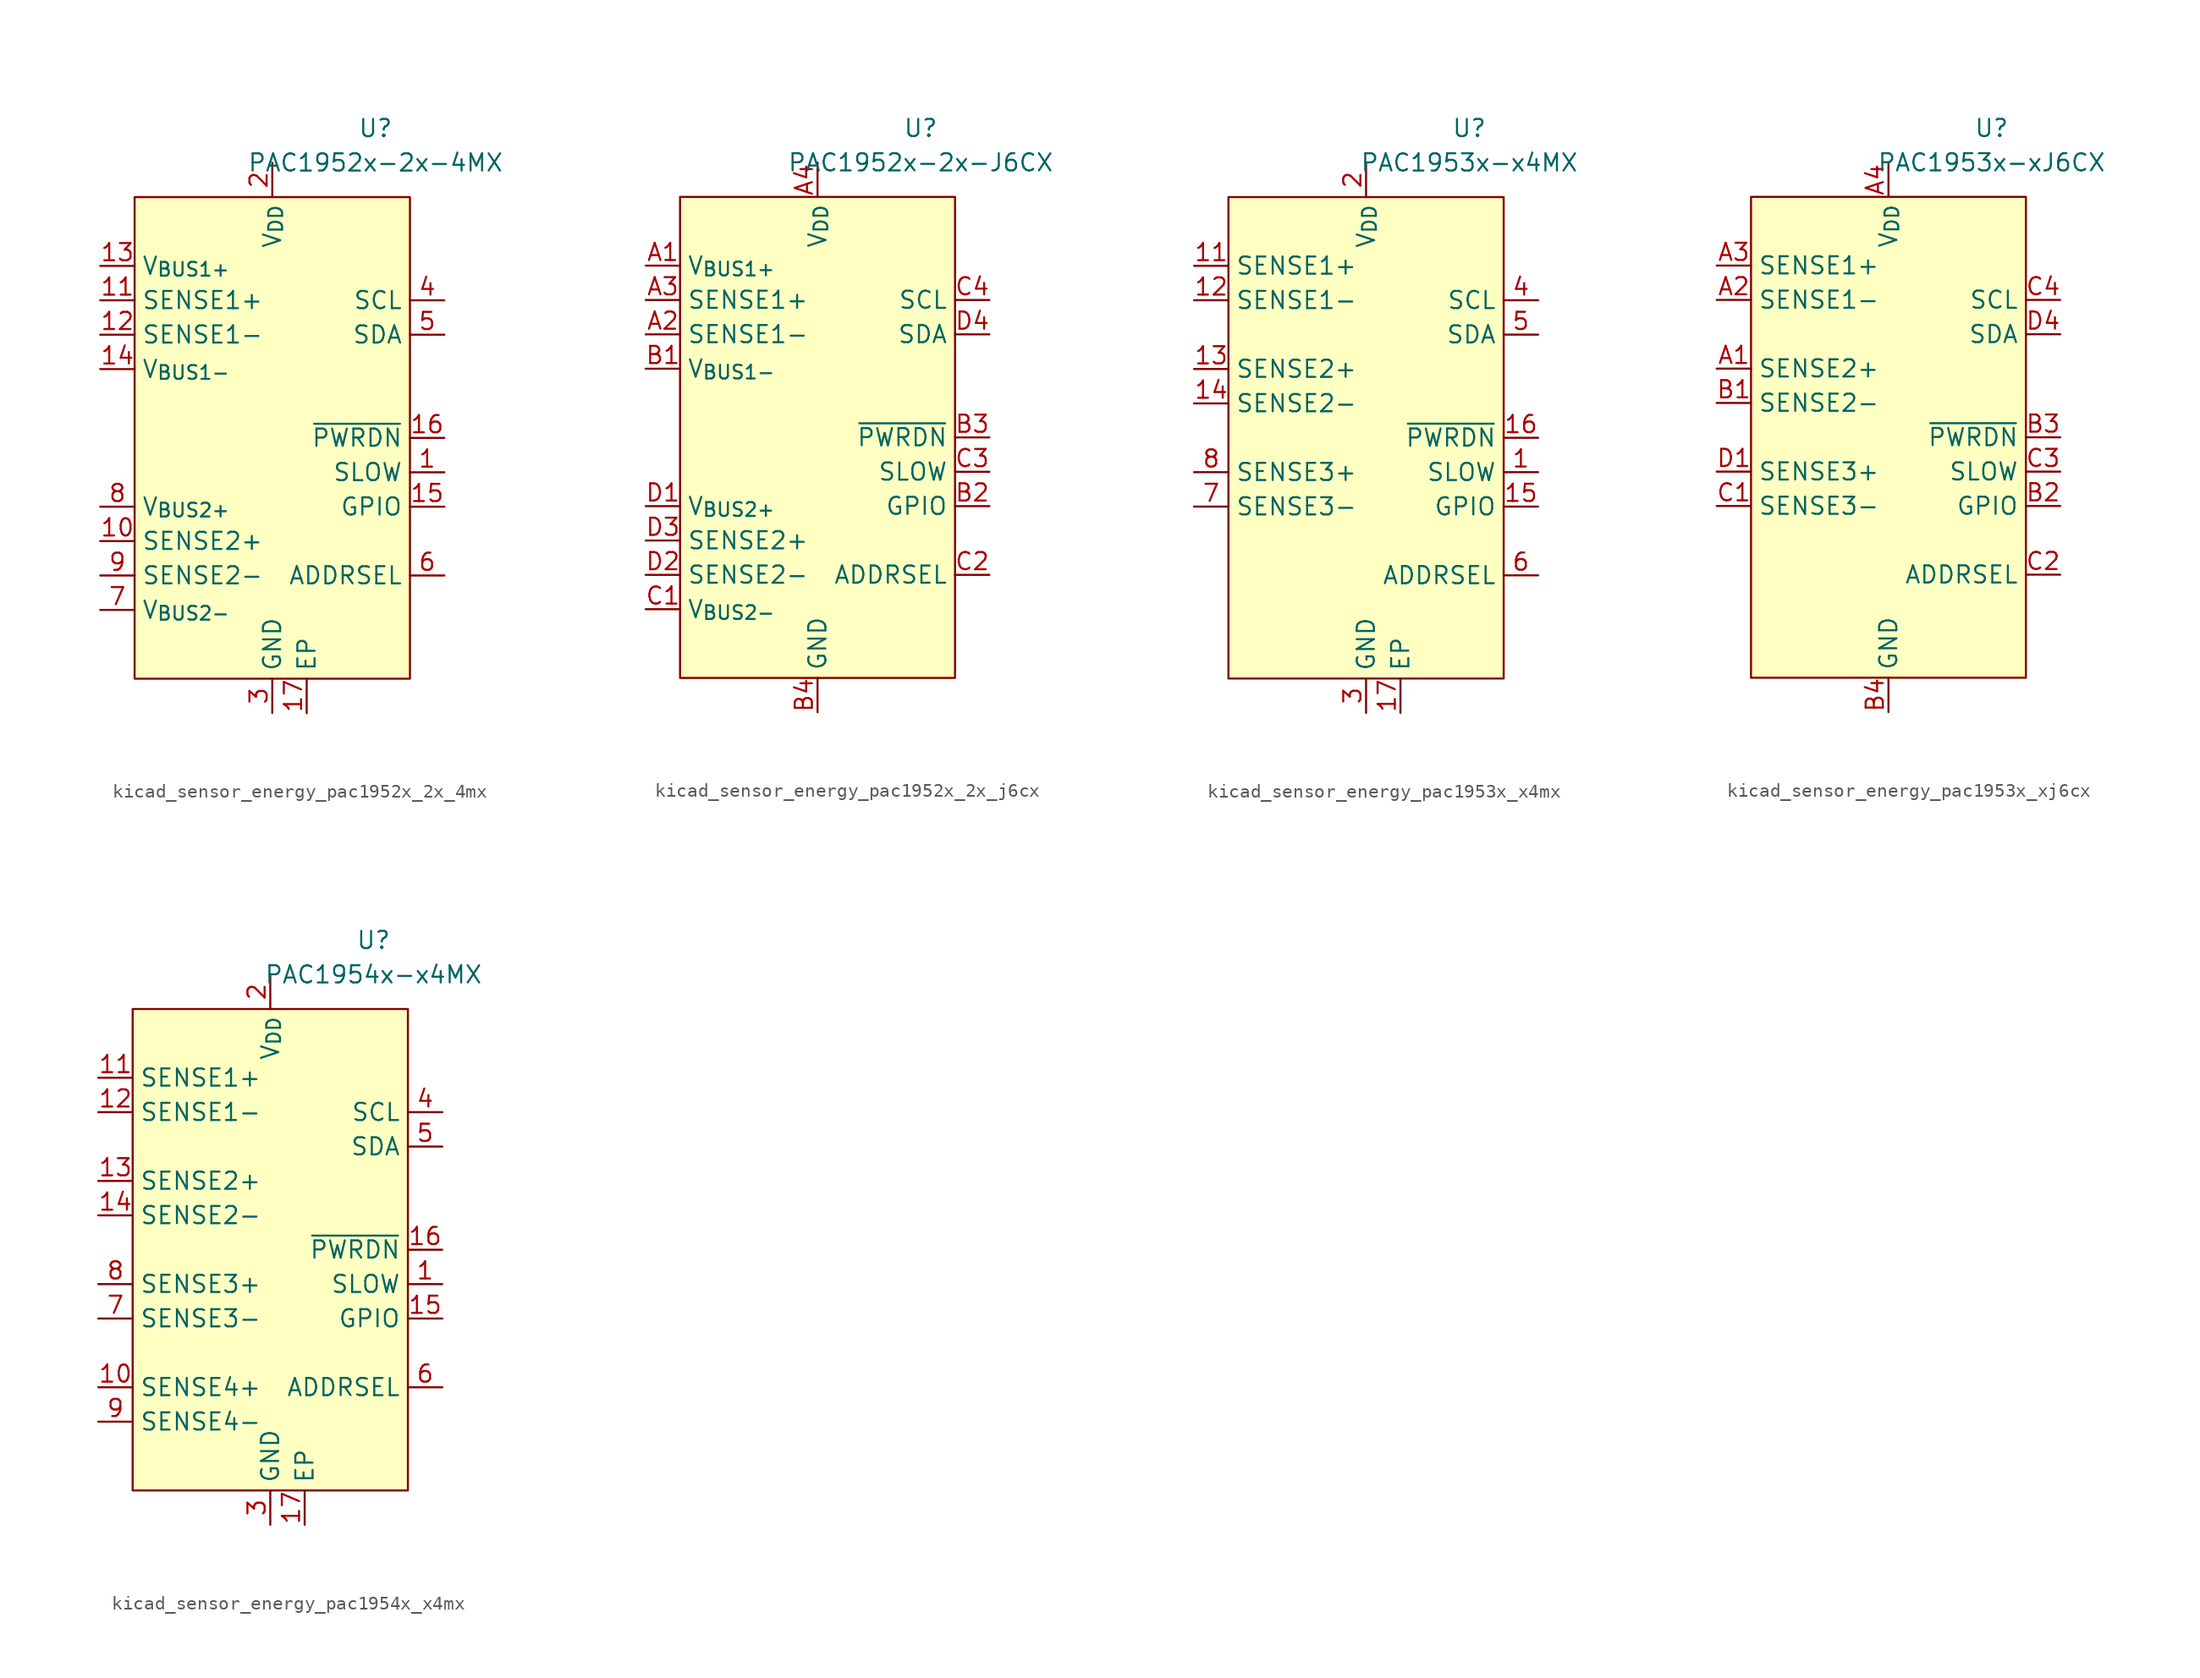
<source format=kicad_sym>
(kicad_symbol_lib
  (version 20220914)
  (generator kicad_symbol_editor)
  (symbol "kicad_sensor_energy_pac1952x_2x_4mx"
    (property "Reference" "U"
      (at 7.62 22.86 0)
      (effects (font (size 1.27 1.27))))
    (property "Value" "PAC1952x-2x-4MX"
      (at 7.62 20.32 0)
      (effects (font (size 1.27 1.27))))
    (symbol "kicad_sensor_energy_pac1952x_2x_4mx_0_0"
      (pin input line (at 12.7 -2.54 180) (length 2.54) (name "SLOW" (effects (font (size 1.27 1.27)))) (number "1" (effects (font (size 1.27 1.27)))) (alternate "GPIO" bidirectional line) (alternate "~{ALERT1}" open_collector line))
      (pin input line (at -12.7 -7.62 0) (length 2.54) (name "SENSE2+" (effects (font (size 1.27 1.27)))) (number "10" (effects (font (size 1.27 1.27)))))
      (pin input line (at -12.7 10.16 0) (length 2.54) (name "SENSE1+" (effects (font (size 1.27 1.27)))) (number "11" (effects (font (size 1.27 1.27)))))
      (pin input line (at -12.7 7.62 0) (length 2.54) (name "SENSE1-" (effects (font (size 1.27 1.27)))) (number "12" (effects (font (size 1.27 1.27)))))
      (pin input line (at -12.7 12.7 0) (length 2.54) (name "V_{BUS1+}" (effects (font (size 1.27 1.27)))) (number "13" (effects (font (size 1.27 1.27)))))
      (pin input line (at -12.7 5.08 0) (length 2.54) (name "V_{BUS1-}" (effects (font (size 1.27 1.27)))) (number "14" (effects (font (size 1.27 1.27)))))
      (pin bidirectional line (at 12.7 -5.08 180) (length 2.54) (name "GPIO" (effects (font (size 1.27 1.27)))) (number "15" (effects (font (size 1.27 1.27)))) (alternate "~{ALERT2}" open_collector line))
      (pin input line (at 12.7 0 180) (length 2.54) (name "~{PWRDN}" (effects (font (size 1.27 1.27)))) (number "16" (effects (font (size 1.27 1.27)))))
      (pin passive line (at 2.54 -20.32 90) (length 2.54) (name "EP" (effects (font (size 1.27 1.27)))) (number "17" (effects (font (size 1.27 1.27)))))
      (pin power_in line (at 0 20.32 270) (length 2.54) (name "V_{DD}" (effects (font (size 1.27 1.27)))) (number "2" (effects (font (size 1.27 1.27)))))
      (pin power_in line (at 0 -20.32 90) (length 2.54) (name "GND" (effects (font (size 1.27 1.27)))) (number "3" (effects (font (size 1.27 1.27)))))
      (pin input line (at 12.7 10.16 180) (length 2.54) (name "SCL" (effects (font (size 1.27 1.27)))) (number "4" (effects (font (size 1.27 1.27)))) (alternate "SM_CLK" input line))
      (pin bidirectional line (at 12.7 7.62 180) (length 2.54) (name "SDA" (effects (font (size 1.27 1.27)))) (number "5" (effects (font (size 1.27 1.27)))) (alternate "SM_DATA" bidirectional line))
      (pin passive line (at 12.7 -10.16 180) (length 2.54) (name "ADDRSEL" (effects (font (size 1.27 1.27)))) (number "6" (effects (font (size 1.27 1.27)))))
      (pin input line (at -12.7 -12.7 0) (length 2.54) (name "V_{BUS2-}" (effects (font (size 1.27 1.27)))) (number "7" (effects (font (size 1.27 1.27)))))
      (pin input line (at -12.7 -5.08 0) (length 2.54) (name "V_{BUS2+}" (effects (font (size 1.27 1.27)))) (number "8" (effects (font (size 1.27 1.27)))))
      (pin input line (at -12.7 -10.16 0) (length 2.54) (name "SENSE2-" (effects (font (size 1.27 1.27)))) (number "9" (effects (font (size 1.27 1.27))))))
    (symbol "kicad_sensor_energy_pac1952x_2x_4mx_0_1"
      (rectangle (start -10.16 17.78) (end 10.16 -17.78) (stroke (width 0) (type default)) (fill (type background)))))
  (symbol "kicad_sensor_energy_pac1952x_2x_j6cx"
    (property "Reference" "U"
      (at 7.62 22.86 0)
      (effects (font (size 1.27 1.27))))
    (property "Value" "PAC1952x-2x-J6CX"
      (at 7.62 20.32 0)
      (effects (font (size 1.27 1.27))))
    (symbol "kicad_sensor_energy_pac1952x_2x_j6cx_0_0"
      (pin input line (at -12.7 12.7 0) (length 2.54) (name "V_{BUS1+}" (effects (font (size 1.27 1.27)))) (number "A1" (effects (font (size 1.27 1.27)))))
      (pin input line (at -12.7 7.62 0) (length 2.54) (name "SENSE1-" (effects (font (size 1.27 1.27)))) (number "A2" (effects (font (size 1.27 1.27)))))
      (pin input line (at -12.7 10.16 0) (length 2.54) (name "SENSE1+" (effects (font (size 1.27 1.27)))) (number "A3" (effects (font (size 1.27 1.27)))))
      (pin power_in line (at 0 20.32 270) (length 2.54) (name "V_{DD}" (effects (font (size 1.27 1.27)))) (number "A4" (effects (font (size 1.27 1.27)))))
      (pin input line (at -12.7 5.08 0) (length 2.54) (name "V_{BUS1-}" (effects (font (size 1.27 1.27)))) (number "B1" (effects (font (size 1.27 1.27)))))
      (pin bidirectional line (at 12.7 -5.08 180) (length 2.54) (name "GPIO" (effects (font (size 1.27 1.27)))) (number "B2" (effects (font (size 1.27 1.27)))) (alternate "~{ALERT2}" open_collector line))
      (pin input line (at 12.7 0 180) (length 2.54) (name "~{PWRDN}" (effects (font (size 1.27 1.27)))) (number "B3" (effects (font (size 1.27 1.27)))))
      (pin power_in line (at 0 -20.32 90) (length 2.54) (name "GND" (effects (font (size 1.27 1.27)))) (number "B4" (effects (font (size 1.27 1.27)))))
      (pin input line (at -12.7 -12.7 0) (length 2.54) (name "V_{BUS2-}" (effects (font (size 1.27 1.27)))) (number "C1" (effects (font (size 1.27 1.27)))))
      (pin passive line (at 12.7 -10.16 180) (length 2.54) (name "ADDRSEL" (effects (font (size 1.27 1.27)))) (number "C2" (effects (font (size 1.27 1.27)))))
      (pin input line (at 12.7 -2.54 180) (length 2.54) (name "SLOW" (effects (font (size 1.27 1.27)))) (number "C3" (effects (font (size 1.27 1.27)))) (alternate "GPIO" bidirectional line) (alternate "~{ALERT1}" open_collector line))
      (pin input line (at 12.7 10.16 180) (length 2.54) (name "SCL" (effects (font (size 1.27 1.27)))) (number "C4" (effects (font (size 1.27 1.27)))) (alternate "SM_CLK" input line))
      (pin input line (at -12.7 -5.08 0) (length 2.54) (name "V_{BUS2+}" (effects (font (size 1.27 1.27)))) (number "D1" (effects (font (size 1.27 1.27)))))
      (pin input line (at -12.7 -10.16 0) (length 2.54) (name "SENSE2-" (effects (font (size 1.27 1.27)))) (number "D2" (effects (font (size 1.27 1.27)))))
      (pin input line (at -12.7 -7.62 0) (length 2.54) (name "SENSE2+" (effects (font (size 1.27 1.27)))) (number "D3" (effects (font (size 1.27 1.27)))))
      (pin bidirectional line (at 12.7 7.62 180) (length 2.54) (name "SDA" (effects (font (size 1.27 1.27)))) (number "D4" (effects (font (size 1.27 1.27)))) (alternate "SM_DATA" bidirectional line)))
    (symbol "kicad_sensor_energy_pac1952x_2x_j6cx_0_1"
      (rectangle (start -10.16 17.78) (end 10.16 -17.78) (stroke (width 0) (type default)) (fill (type background)))))
  (symbol "kicad_sensor_energy_pac1953x_x4mx"
    (property "Reference" "U"
      (at 7.62 22.86 0)
      (effects (font (size 1.27 1.27))))
    (property "Value" "PAC1953x-x4MX"
      (at 7.62 20.32 0)
      (effects (font (size 1.27 1.27))))
    (symbol "kicad_sensor_energy_pac1953x_x4mx_0_0"
      (pin input line (at 12.7 -2.54 180) (length 2.54) (name "SLOW" (effects (font (size 1.27 1.27)))) (number "1" (effects (font (size 1.27 1.27)))) (alternate "GPIO" bidirectional line) (alternate "~{ALERT1}" open_collector line))
      (pin passive line (at 0 -20.32 90) (length 2.54) hide (name "GND" (effects (font (size 1.27 1.27)))) (number "10" (effects (font (size 1.27 1.27)))))
      (pin input line (at -12.7 12.7 0) (length 2.54) (name "SENSE1+" (effects (font (size 1.27 1.27)))) (number "11" (effects (font (size 1.27 1.27)))))
      (pin input line (at -12.7 10.16 0) (length 2.54) (name "SENSE1-" (effects (font (size 1.27 1.27)))) (number "12" (effects (font (size 1.27 1.27)))))
      (pin input line (at -12.7 5.08 0) (length 2.54) (name "SENSE2+" (effects (font (size 1.27 1.27)))) (number "13" (effects (font (size 1.27 1.27)))))
      (pin input line (at -12.7 2.54 0) (length 2.54) (name "SENSE2-" (effects (font (size 1.27 1.27)))) (number "14" (effects (font (size 1.27 1.27)))))
      (pin bidirectional line (at 12.7 -5.08 180) (length 2.54) (name "GPIO" (effects (font (size 1.27 1.27)))) (number "15" (effects (font (size 1.27 1.27)))) (alternate "~{ALERT2}" open_collector line))
      (pin input line (at 12.7 0 180) (length 2.54) (name "~{PWRDN}" (effects (font (size 1.27 1.27)))) (number "16" (effects (font (size 1.27 1.27)))))
      (pin passive line (at 2.54 -20.32 90) (length 2.54) (name "EP" (effects (font (size 1.27 1.27)))) (number "17" (effects (font (size 1.27 1.27)))))
      (pin power_in line (at 0 20.32 270) (length 2.54) (name "V_{DD}" (effects (font (size 1.27 1.27)))) (number "2" (effects (font (size 1.27 1.27)))))
      (pin power_in line (at 0 -20.32 90) (length 2.54) (name "GND" (effects (font (size 1.27 1.27)))) (number "3" (effects (font (size 1.27 1.27)))))
      (pin input line (at 12.7 10.16 180) (length 2.54) (name "SCL" (effects (font (size 1.27 1.27)))) (number "4" (effects (font (size 1.27 1.27)))) (alternate "SM_CLK" input line))
      (pin bidirectional line (at 12.7 7.62 180) (length 2.54) (name "SDA" (effects (font (size 1.27 1.27)))) (number "5" (effects (font (size 1.27 1.27)))) (alternate "SM_DATA" bidirectional line))
      (pin passive line (at 12.7 -10.16 180) (length 2.54) (name "ADDRSEL" (effects (font (size 1.27 1.27)))) (number "6" (effects (font (size 1.27 1.27)))))
      (pin input line (at -12.7 -5.08 0) (length 2.54) (name "SENSE3-" (effects (font (size 1.27 1.27)))) (number "7" (effects (font (size 1.27 1.27)))))
      (pin input line (at -12.7 -2.54 0) (length 2.54) (name "SENSE3+" (effects (font (size 1.27 1.27)))) (number "8" (effects (font (size 1.27 1.27)))))
      (pin passive line (at 0 -20.32 90) (length 2.54) hide (name "GND" (effects (font (size 1.27 1.27)))) (number "9" (effects (font (size 1.27 1.27))))))
    (symbol "kicad_sensor_energy_pac1953x_x4mx_0_1"
      (rectangle (start -10.16 17.78) (end 10.16 -17.78) (stroke (width 0) (type default)) (fill (type background)))))
  (symbol "kicad_sensor_energy_pac1953x_xj6cx"
    (property "Reference" "U"
      (at 7.62 22.86 0)
      (effects (font (size 1.27 1.27))))
    (property "Value" "PAC1953x-xJ6CX"
      (at 7.62 20.32 0)
      (effects (font (size 1.27 1.27))))
    (symbol "kicad_sensor_energy_pac1953x_xj6cx_0_0"
      (pin input line (at -12.7 5.08 0) (length 2.54) (name "SENSE2+" (effects (font (size 1.27 1.27)))) (number "A1" (effects (font (size 1.27 1.27)))))
      (pin input line (at -12.7 10.16 0) (length 2.54) (name "SENSE1-" (effects (font (size 1.27 1.27)))) (number "A2" (effects (font (size 1.27 1.27)))))
      (pin input line (at -12.7 12.7 0) (length 2.54) (name "SENSE1+" (effects (font (size 1.27 1.27)))) (number "A3" (effects (font (size 1.27 1.27)))))
      (pin power_in line (at 0 20.32 270) (length 2.54) (name "V_{DD}" (effects (font (size 1.27 1.27)))) (number "A4" (effects (font (size 1.27 1.27)))))
      (pin input line (at -12.7 2.54 0) (length 2.54) (name "SENSE2-" (effects (font (size 1.27 1.27)))) (number "B1" (effects (font (size 1.27 1.27)))))
      (pin bidirectional line (at 12.7 -5.08 180) (length 2.54) (name "GPIO" (effects (font (size 1.27 1.27)))) (number "B2" (effects (font (size 1.27 1.27)))) (alternate "~{ALERT2}" open_collector line))
      (pin input line (at 12.7 0 180) (length 2.54) (name "~{PWRDN}" (effects (font (size 1.27 1.27)))) (number "B3" (effects (font (size 1.27 1.27)))))
      (pin power_in line (at 0 -20.32 90) (length 2.54) (name "GND" (effects (font (size 1.27 1.27)))) (number "B4" (effects (font (size 1.27 1.27)))))
      (pin input line (at -12.7 -5.08 0) (length 2.54) (name "SENSE3-" (effects (font (size 1.27 1.27)))) (number "C1" (effects (font (size 1.27 1.27)))))
      (pin passive line (at 12.7 -10.16 180) (length 2.54) (name "ADDRSEL" (effects (font (size 1.27 1.27)))) (number "C2" (effects (font (size 1.27 1.27)))))
      (pin input line (at 12.7 -2.54 180) (length 2.54) (name "SLOW" (effects (font (size 1.27 1.27)))) (number "C3" (effects (font (size 1.27 1.27)))) (alternate "GPIO" bidirectional line) (alternate "~{ALERT1}" open_collector line))
      (pin input line (at 12.7 10.16 180) (length 2.54) (name "SCL" (effects (font (size 1.27 1.27)))) (number "C4" (effects (font (size 1.27 1.27)))) (alternate "SM_CLK" input line))
      (pin input line (at -12.7 -2.54 0) (length 2.54) (name "SENSE3+" (effects (font (size 1.27 1.27)))) (number "D1" (effects (font (size 1.27 1.27)))))
      (pin passive line (at 0 -20.32 90) (length 2.54) hide (name "GND" (effects (font (size 1.27 1.27)))) (number "D2" (effects (font (size 1.27 1.27)))))
      (pin passive line (at 0 -20.32 90) (length 2.54) hide (name "GND" (effects (font (size 1.27 1.27)))) (number "D3" (effects (font (size 1.27 1.27)))))
      (pin bidirectional line (at 12.7 7.62 180) (length 2.54) (name "SDA" (effects (font (size 1.27 1.27)))) (number "D4" (effects (font (size 1.27 1.27)))) (alternate "SM_DATA" bidirectional line)))
    (symbol "kicad_sensor_energy_pac1953x_xj6cx_0_1"
      (rectangle (start -10.16 17.78) (end 10.16 -17.78) (stroke (width 0) (type default)) (fill (type background)))))
  (symbol "kicad_sensor_energy_pac1954x_x4mx"
    (property "Reference" "U"
      (at 7.62 22.86 0)
      (effects (font (size 1.27 1.27))))
    (property "Value" "PAC1954x-x4MX"
      (at 7.62 20.32 0)
      (effects (font (size 1.27 1.27))))
    (symbol "kicad_sensor_energy_pac1954x_x4mx_0_0"
      (pin input line (at 12.7 -2.54 180) (length 2.54) (name "SLOW" (effects (font (size 1.27 1.27)))) (number "1" (effects (font (size 1.27 1.27)))) (alternate "GPIO" bidirectional line) (alternate "~{ALERT1}" open_collector line))
      (pin input line (at -12.7 -10.16 0) (length 2.54) (name "SENSE4+" (effects (font (size 1.27 1.27)))) (number "10" (effects (font (size 1.27 1.27)))))
      (pin input line (at -12.7 12.7 0) (length 2.54) (name "SENSE1+" (effects (font (size 1.27 1.27)))) (number "11" (effects (font (size 1.27 1.27)))))
      (pin input line (at -12.7 10.16 0) (length 2.54) (name "SENSE1-" (effects (font (size 1.27 1.27)))) (number "12" (effects (font (size 1.27 1.27)))))
      (pin input line (at -12.7 5.08 0) (length 2.54) (name "SENSE2+" (effects (font (size 1.27 1.27)))) (number "13" (effects (font (size 1.27 1.27)))))
      (pin input line (at -12.7 2.54 0) (length 2.54) (name "SENSE2-" (effects (font (size 1.27 1.27)))) (number "14" (effects (font (size 1.27 1.27)))))
      (pin bidirectional line (at 12.7 -5.08 180) (length 2.54) (name "GPIO" (effects (font (size 1.27 1.27)))) (number "15" (effects (font (size 1.27 1.27)))) (alternate "~{ALERT2}" open_collector line))
      (pin input line (at 12.7 0 180) (length 2.54) (name "~{PWRDN}" (effects (font (size 1.27 1.27)))) (number "16" (effects (font (size 1.27 1.27)))))
      (pin passive line (at 2.54 -20.32 90) (length 2.54) (name "EP" (effects (font (size 1.27 1.27)))) (number "17" (effects (font (size 1.27 1.27)))))
      (pin power_in line (at 0 20.32 270) (length 2.54) (name "V_{DD}" (effects (font (size 1.27 1.27)))) (number "2" (effects (font (size 1.27 1.27)))))
      (pin power_in line (at 0 -20.32 90) (length 2.54) (name "GND" (effects (font (size 1.27 1.27)))) (number "3" (effects (font (size 1.27 1.27)))))
      (pin input line (at 12.7 10.16 180) (length 2.54) (name "SCL" (effects (font (size 1.27 1.27)))) (number "4" (effects (font (size 1.27 1.27)))) (alternate "SM_CLK" input line))
      (pin bidirectional line (at 12.7 7.62 180) (length 2.54) (name "SDA" (effects (font (size 1.27 1.27)))) (number "5" (effects (font (size 1.27 1.27)))) (alternate "SM_DATA" bidirectional line))
      (pin passive line (at 12.7 -10.16 180) (length 2.54) (name "ADDRSEL" (effects (font (size 1.27 1.27)))) (number "6" (effects (font (size 1.27 1.27)))))
      (pin input line (at -12.7 -5.08 0) (length 2.54) (name "SENSE3-" (effects (font (size 1.27 1.27)))) (number "7" (effects (font (size 1.27 1.27)))))
      (pin input line (at -12.7 -2.54 0) (length 2.54) (name "SENSE3+" (effects (font (size 1.27 1.27)))) (number "8" (effects (font (size 1.27 1.27)))))
      (pin input line (at -12.7 -12.7 0) (length 2.54) (name "SENSE4-" (effects (font (size 1.27 1.27)))) (number "9" (effects (font (size 1.27 1.27))))))
    (symbol "kicad_sensor_energy_pac1954x_x4mx_0_1"
      (rectangle (start -10.16 17.78) (end 10.16 -17.78) (stroke (width 0) (type default)) (fill (type background))))))
</source>
